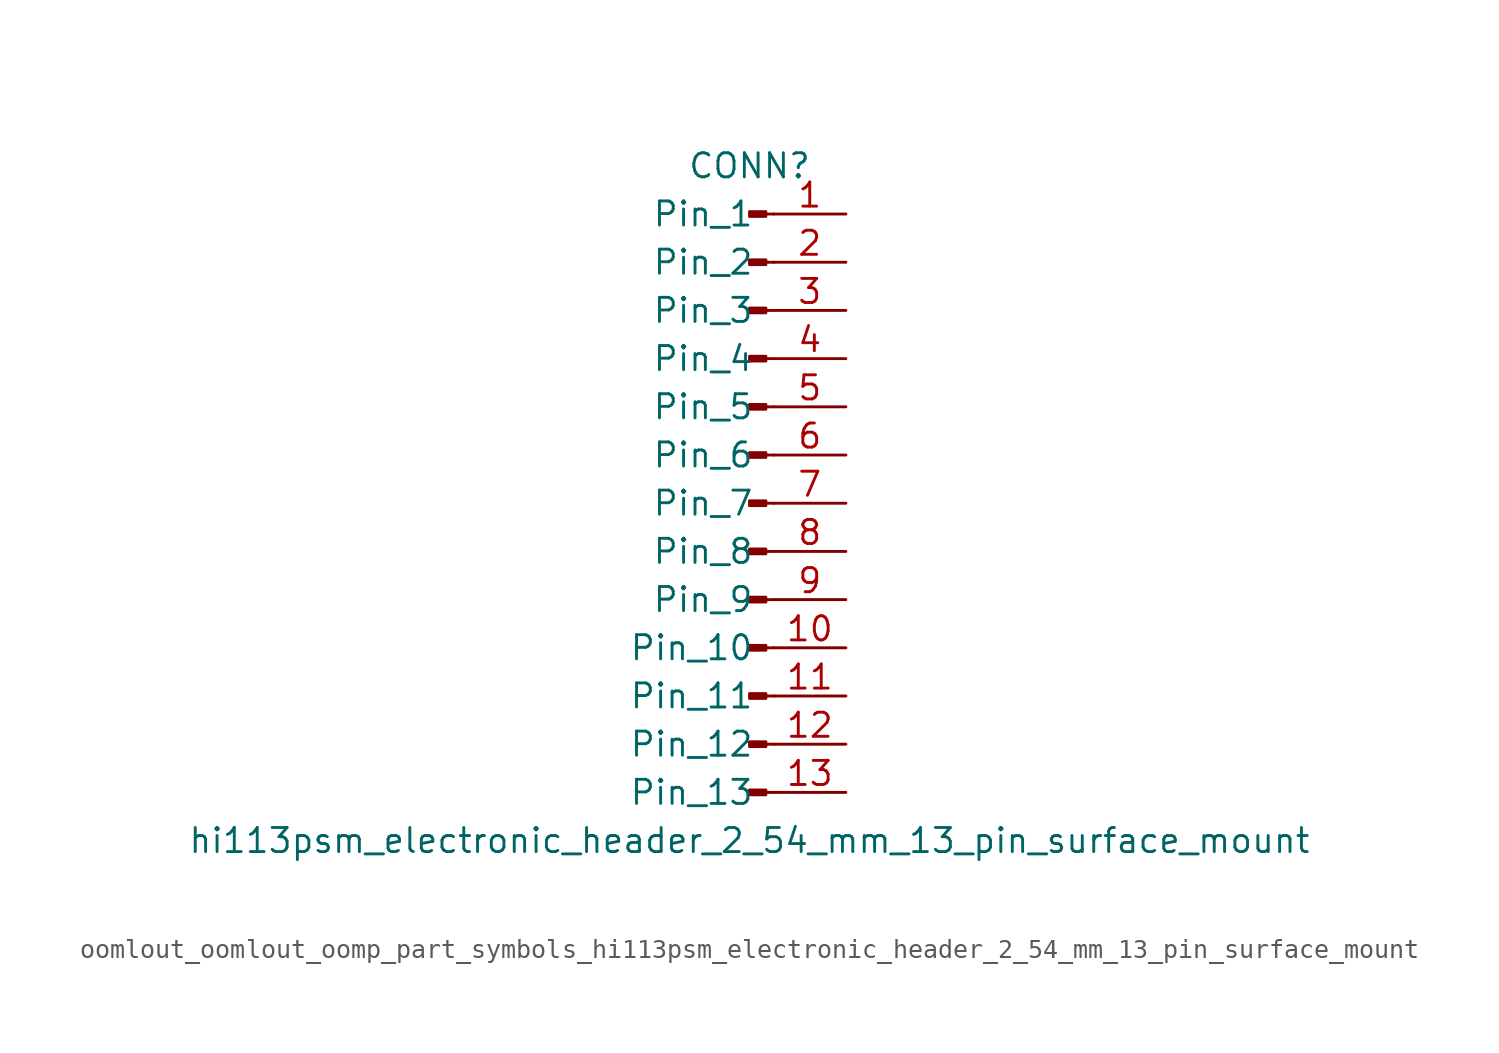
<source format=kicad_sym>
(kicad_symbol_lib
  (version 20220914)
  (generator kicad_symbol_editor)
  (symbol "oomlout_oomlout_oomp_part_symbols_hi113psm_electronic_header_2_54_mm_13_pin_surface_mount"
    (pin_names
      (offset 1.016))
    (property "Reference" "CONN"
      (at 0 17.78 0)
      (effects (font (size 1.27 1.27))))
    (property "Value" "hi113psm_electronic_header_2_54_mm_13_pin_surface_mount"
      (at 0 -17.78 0)
      (effects (font (size 1.27 1.27))))
    (property "ki_locked" ""
      (at 0 0 0)
      (effects (font (size 1.27 1.27))))
    (symbol "oomlout_oomlout_oomp_part_symbols_hi113psm_electronic_header_2_54_mm_13_pin_surface_mount_1_1"
      (polyline (pts (xy 1.27 -15.24) (xy 0.864 -15.24)) (stroke (width 0.152) (type default)) (fill (type none)))
      (polyline (pts (xy 1.27 -12.7) (xy 0.864 -12.7)) (stroke (width 0.152) (type default)) (fill (type none)))
      (polyline (pts (xy 1.27 -10.16) (xy 0.864 -10.16)) (stroke (width 0.152) (type default)) (fill (type none)))
      (polyline (pts (xy 1.27 -7.62) (xy 0.864 -7.62)) (stroke (width 0.152) (type default)) (fill (type none)))
      (polyline (pts (xy 1.27 -5.08) (xy 0.864 -5.08)) (stroke (width 0.152) (type default)) (fill (type none)))
      (polyline (pts (xy 1.27 -2.54) (xy 0.864 -2.54)) (stroke (width 0.152) (type default)) (fill (type none)))
      (polyline (pts (xy 1.27 0) (xy 0.864 0)) (stroke (width 0.152) (type default)) (fill (type none)))
      (polyline (pts (xy 1.27 2.54) (xy 0.864 2.54)) (stroke (width 0.152) (type default)) (fill (type none)))
      (polyline (pts (xy 1.27 5.08) (xy 0.864 5.08)) (stroke (width 0.152) (type default)) (fill (type none)))
      (polyline (pts (xy 1.27 7.62) (xy 0.864 7.62)) (stroke (width 0.152) (type default)) (fill (type none)))
      (polyline (pts (xy 1.27 10.16) (xy 0.864 10.16)) (stroke (width 0.152) (type default)) (fill (type none)))
      (polyline (pts (xy 1.27 12.7) (xy 0.864 12.7)) (stroke (width 0.152) (type default)) (fill (type none)))
      (polyline (pts (xy 1.27 15.24) (xy 0.864 15.24)) (stroke (width 0.152) (type default)) (fill (type none)))
      (rectangle (start 0.864 -15.113) (end 0 -15.367) (stroke (width 0.152) (type default)) (fill (type outline)))
      (rectangle (start 0.864 -12.573) (end 0 -12.827) (stroke (width 0.152) (type default)) (fill (type outline)))
      (rectangle (start 0.864 -10.033) (end 0 -10.287) (stroke (width 0.152) (type default)) (fill (type outline)))
      (rectangle (start 0.864 -7.493) (end 0 -7.747) (stroke (width 0.152) (type default)) (fill (type outline)))
      (rectangle (start 0.864 -4.953) (end 0 -5.207) (stroke (width 0.152) (type default)) (fill (type outline)))
      (rectangle (start 0.864 -2.413) (end 0 -2.667) (stroke (width 0.152) (type default)) (fill (type outline)))
      (rectangle (start 0.864 0.127) (end 0 -0.127) (stroke (width 0.152) (type default)) (fill (type outline)))
      (rectangle (start 0.864 2.667) (end 0 2.413) (stroke (width 0.152) (type default)) (fill (type outline)))
      (rectangle (start 0.864 5.207) (end 0 4.953) (stroke (width 0.152) (type default)) (fill (type outline)))
      (rectangle (start 0.864 7.747) (end 0 7.493) (stroke (width 0.152) (type default)) (fill (type outline)))
      (rectangle (start 0.864 10.287) (end 0 10.033) (stroke (width 0.152) (type default)) (fill (type outline)))
      (rectangle (start 0.864 12.827) (end 0 12.573) (stroke (width 0.152) (type default)) (fill (type outline)))
      (rectangle (start 0.864 15.367) (end 0 15.113) (stroke (width 0.152) (type default)) (fill (type outline)))
      (pin passive line (at 5.08 15.24 180) (length 3.81) (name "Pin_1" (effects (font (size 1.27 1.27)))) (number "1" (effects (font (size 1.27 1.27)))))
      (pin passive line (at 5.08 -7.62 180) (length 3.81) (name "Pin_10" (effects (font (size 1.27 1.27)))) (number "10" (effects (font (size 1.27 1.27)))))
      (pin passive line (at 5.08 -10.16 180) (length 3.81) (name "Pin_11" (effects (font (size 1.27 1.27)))) (number "11" (effects (font (size 1.27 1.27)))))
      (pin passive line (at 5.08 -12.7 180) (length 3.81) (name "Pin_12" (effects (font (size 1.27 1.27)))) (number "12" (effects (font (size 1.27 1.27)))))
      (pin passive line (at 5.08 -15.24 180) (length 3.81) (name "Pin_13" (effects (font (size 1.27 1.27)))) (number "13" (effects (font (size 1.27 1.27)))))
      (pin passive line (at 5.08 12.7 180) (length 3.81) (name "Pin_2" (effects (font (size 1.27 1.27)))) (number "2" (effects (font (size 1.27 1.27)))))
      (pin passive line (at 5.08 10.16 180) (length 3.81) (name "Pin_3" (effects (font (size 1.27 1.27)))) (number "3" (effects (font (size 1.27 1.27)))))
      (pin passive line (at 5.08 7.62 180) (length 3.81) (name "Pin_4" (effects (font (size 1.27 1.27)))) (number "4" (effects (font (size 1.27 1.27)))))
      (pin passive line (at 5.08 5.08 180) (length 3.81) (name "Pin_5" (effects (font (size 1.27 1.27)))) (number "5" (effects (font (size 1.27 1.27)))))
      (pin passive line (at 5.08 2.54 180) (length 3.81) (name "Pin_6" (effects (font (size 1.27 1.27)))) (number "6" (effects (font (size 1.27 1.27)))))
      (pin passive line (at 5.08 0 180) (length 3.81) (name "Pin_7" (effects (font (size 1.27 1.27)))) (number "7" (effects (font (size 1.27 1.27)))))
      (pin passive line (at 5.08 -2.54 180) (length 3.81) (name "Pin_8" (effects (font (size 1.27 1.27)))) (number "8" (effects (font (size 1.27 1.27)))))
      (pin passive line (at 5.08 -5.08 180) (length 3.81) (name "Pin_9" (effects (font (size 1.27 1.27)))) (number "9" (effects (font (size 1.27 1.27))))))))
</source>
